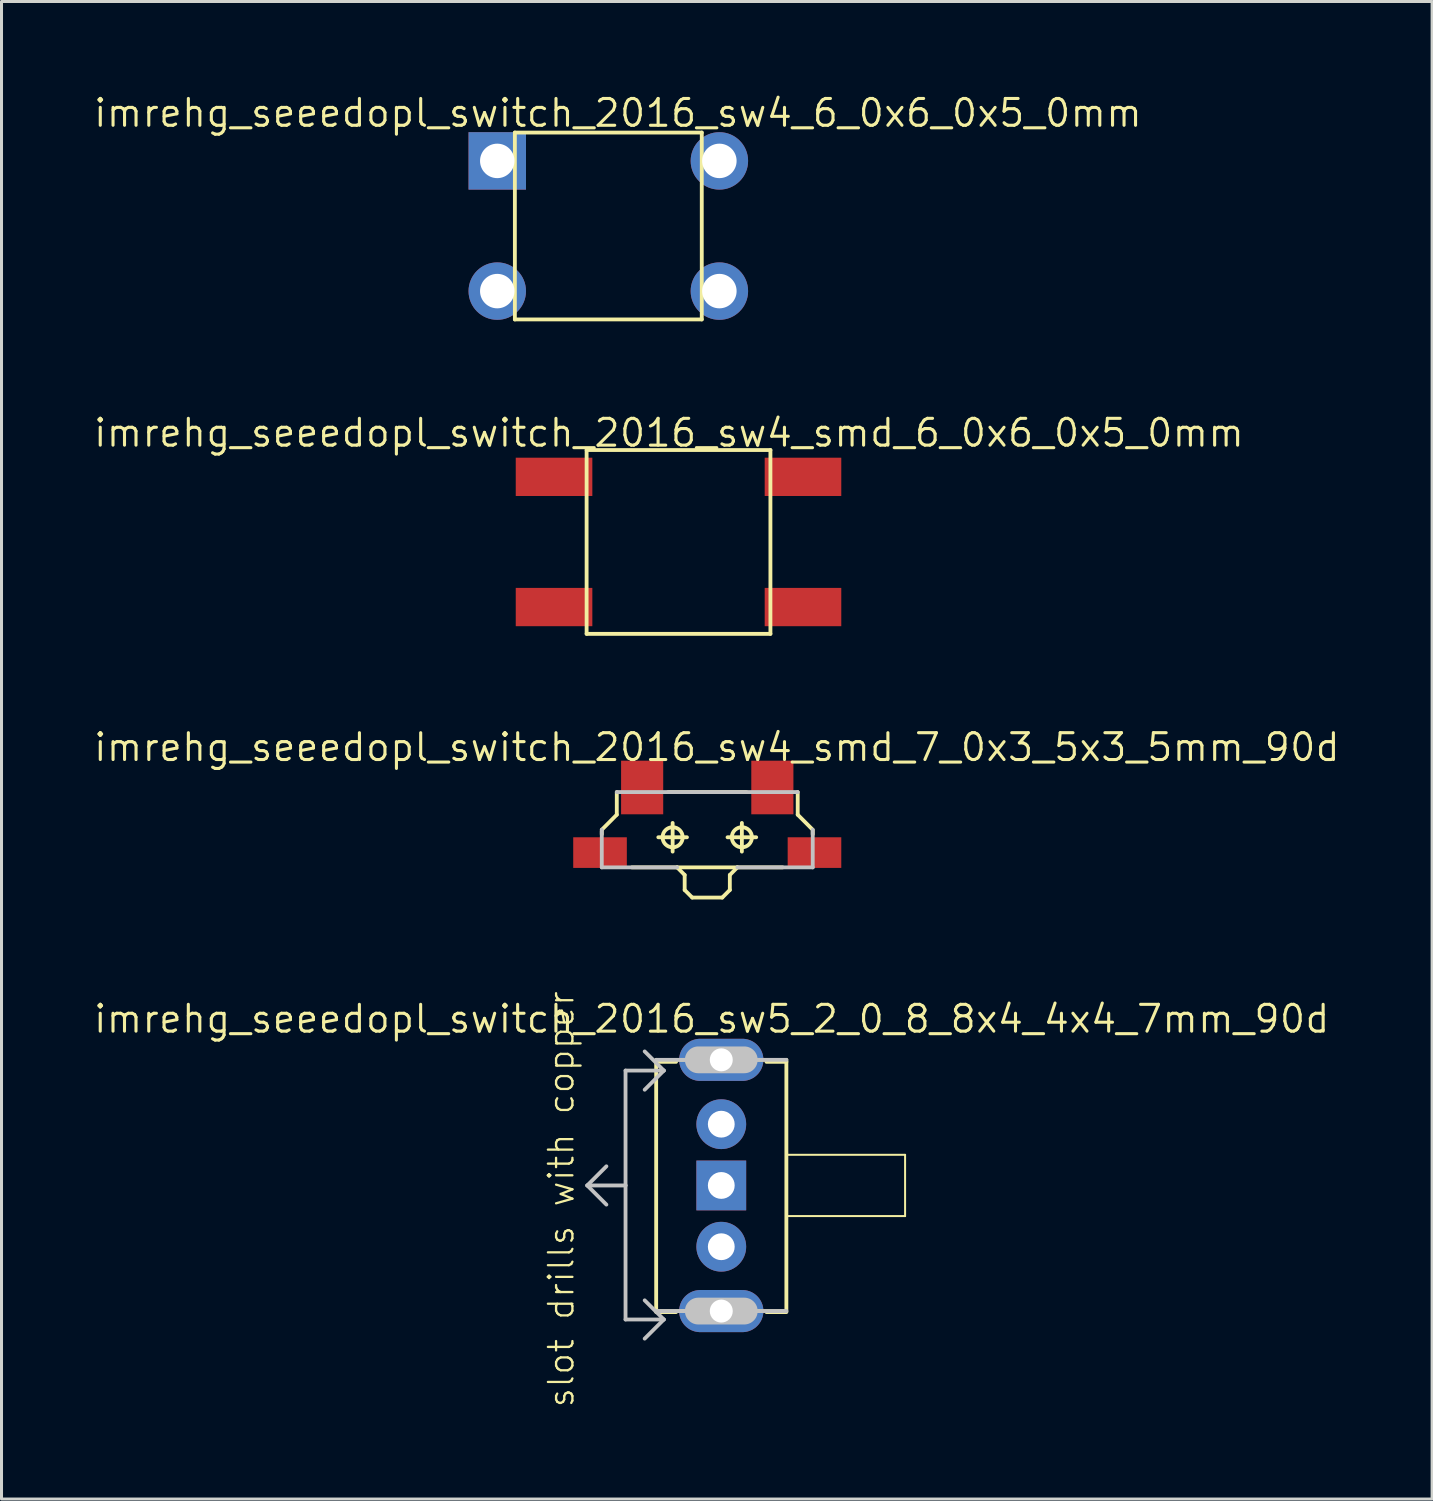
<source format=kicad_pcb>
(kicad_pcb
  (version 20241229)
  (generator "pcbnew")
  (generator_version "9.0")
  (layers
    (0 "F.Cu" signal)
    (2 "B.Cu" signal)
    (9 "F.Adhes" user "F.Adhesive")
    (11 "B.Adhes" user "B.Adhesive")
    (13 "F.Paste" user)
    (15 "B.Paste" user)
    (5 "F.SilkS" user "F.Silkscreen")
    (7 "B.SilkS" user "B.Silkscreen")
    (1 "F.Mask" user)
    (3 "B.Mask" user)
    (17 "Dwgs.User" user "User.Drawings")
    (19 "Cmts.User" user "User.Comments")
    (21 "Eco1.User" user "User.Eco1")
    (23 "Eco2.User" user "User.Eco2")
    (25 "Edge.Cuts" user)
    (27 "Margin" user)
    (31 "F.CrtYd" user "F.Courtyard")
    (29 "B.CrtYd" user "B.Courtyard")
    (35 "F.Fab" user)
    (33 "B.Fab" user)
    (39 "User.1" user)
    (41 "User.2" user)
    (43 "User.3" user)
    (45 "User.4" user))
  (footprint "imrehg_seeedopl_switch_2016_sw4_smd_7_0x3_5x3_5mm_90d"
    (layer "F.Cu")
    (at 20.405 24.717)
    (property "Reference" "imrehg_seeedopl_switch_2016_sw4_smd_7_0x3_5x3_5mm_90d" (at 0.318 -2.985 0) (layer "F.SilkS") (effects (font (size 0.889 0.889) (thickness 0.102))))
    (attr smd)
    (fp_line (start -3.498 -0.249) (end -3 -0.749) (stroke (width 0.127) (type solid)) (layer "F.SilkS"))
    (fp_line (start -3.498 -0.198) (end -3.498 -0.099) (stroke (width 0.127) (type solid)) (layer "F.SilkS"))
    (fp_line (start -3 -0.749) (end -3 -1.499) (stroke (width 0.127) (type solid)) (layer "F.SilkS"))
    (fp_line (start -1.623 0) (end -0.673 0) (stroke (width 0.127) (type solid)) (layer "F.SilkS"))
    (fp_line (start -1.298 -1.499) (end 1.298 -1.499) (stroke (width 0.127) (type solid)) (layer "F.SilkS"))
    (fp_line (start -1.148 0.475) (end -1.148 -0.475) (stroke (width 0.127) (type solid)) (layer "F.SilkS"))
    (fp_line (start -0.998 0.998) (end -2.499 0.998) (stroke (width 0.127) (type solid)) (layer "F.SilkS"))
    (fp_line (start -0.998 0.998) (end -0.749 1.25) (stroke (width 0.127) (type solid)) (layer "F.SilkS"))
    (fp_line (start -0.749 1.25) (end -0.749 1.748) (stroke (width 0.127) (type solid)) (layer "F.SilkS"))
    (fp_line (start -0.749 1.748) (end -0.498 1.999) (stroke (width 0.127) (type solid)) (layer "F.SilkS"))
    (fp_line (start -0.498 1.999) (end 0.498 1.999) (stroke (width 0.127) (type solid)) (layer "F.SilkS"))
    (fp_line (start 0.498 1.999) (end 0.749 1.748) (stroke (width 0.127) (type solid)) (layer "F.SilkS"))
    (fp_line (start 0.673 0) (end 1.623 0) (stroke (width 0.127) (type solid)) (layer "F.SilkS"))
    (fp_line (start 0.749 1.25) (end 0.998 0.998) (stroke (width 0.127) (type solid)) (layer "F.SilkS"))
    (fp_line (start 0.749 1.748) (end 0.749 1.25) (stroke (width 0.127) (type solid)) (layer "F.SilkS"))
    (fp_line (start 0.998 0.998) (end -0.998 0.998) (stroke (width 0.127) (type solid)) (layer "F.SilkS"))
    (fp_line (start 0.998 0.998) (end 2.499 0.998) (stroke (width 0.127) (type solid)) (layer "F.SilkS"))
    (fp_line (start 1.148 0.475) (end 1.148 -0.475) (stroke (width 0.127) (type solid)) (layer "F.SilkS"))
    (fp_line (start 3 -1.499) (end 3 -0.749) (stroke (width 0.127) (type solid)) (layer "F.SilkS"))
    (fp_line (start 3 -0.749) (end 3.498 -0.249) (stroke (width 0.127) (type solid)) (layer "F.SilkS"))
    (fp_line (start 3.498 -0.198) (end 3.498 -0.099) (stroke (width 0.127) (type solid)) (layer "F.SilkS"))
    (fp_circle (center -1.148 0) (end -1.384 0.236) (stroke (width 0.127) (type solid)) (fill no) (layer "F.SilkS"))
    (fp_circle (center 1.148 0) (end 1.384 0.236) (stroke (width 0.127) (type solid)) (fill no) (layer "F.SilkS"))
    (fp_line (start -3.498 0.998) (end -3.498 -0.249) (stroke (width 0.127) (type solid)) (layer "Dwgs.User"))
    (fp_line (start -3.498 0.998) (end -0.998 0.998) (stroke (width 0.127) (type solid)) (layer "Dwgs.User"))
    (fp_line (start -3 -1.499) (end 3 -1.499) (stroke (width 0.127) (type solid)) (layer "Dwgs.User"))
    (fp_line (start 3.498 -0.249) (end 3.498 0.998) (stroke (width 0.127) (type solid)) (layer "Dwgs.User"))
    (fp_line (start 3.498 0.998) (end 0.998 0.998) (stroke (width 0.127) (type solid)) (layer "Dwgs.User"))
    (pad "1" smd rect (at -2.159 -1.651 90) (size 1.778 1.397) (layers "F.Cu" "F.Mask" "F.Paste"))
    (pad "2" smd rect (at 2.159 -1.651 90) (size 1.778 1.397) (layers "F.Cu" "F.Mask" "F.Paste"))
    (pad "S1" smd rect (at -3.556 0.508) (size 1.778 1.016) (layers "F.Cu" "F.Mask" "F.Paste"))
    (pad "S2" smd rect (at 3.556 0.508) (size 1.778 1.016) (layers "F.Cu" "F.Mask" "F.Paste")))
  (footprint "imrehg_seeedopl_switch_2016_sw5_2_0_8_8x4_4x4_7mm_90d"
    (layer "F.Cu")
    (at 20.87 36.264)
    (property "Reference" "imrehg_seeedopl_switch_2016_sw5_2_0_8_8x4_4x4_7mm_90d" (at -0.318 -5.524 0) (layer "F.SilkS") (effects (font (size 0.889 0.889) (thickness 0.102))))
    (attr exclude_from_pos_files exclude_from_bom)
    (fp_line (start -2.159 -4.14) (end 2.159 -4.14) (stroke (width 0.066) (type solid)) (layer "F.SilkS"))
    (fp_line (start -2.159 -4.1) (end -1.499 -4.1) (stroke (width 0.127) (type solid)) (layer "F.SilkS"))
    (fp_line (start -2.159 4.14) (end -2.159 -4.14) (stroke (width 0.066) (type solid)) (layer "F.SilkS"))
    (fp_line (start -2.159 4.14) (end 2.159 4.14) (stroke (width 0.066) (type solid)) (layer "F.SilkS"))
    (fp_line (start -2.159 4.166) (end -2.159 -4.166) (stroke (width 0.127) (type solid)) (layer "F.SilkS"))
    (fp_line (start -2.159 4.199) (end -1.499 4.199) (stroke (width 0.127) (type solid)) (layer "F.SilkS"))
    (fp_line (start 2.159 -4.166) (end 2.159 4.166) (stroke (width 0.127) (type solid)) (layer "F.SilkS"))
    (fp_line (start 2.159 -4.1) (end 1.499 -4.1) (stroke (width 0.127) (type solid)) (layer "F.SilkS"))
    (fp_line (start 2.159 -1.016) (end 6.096 -1.016) (stroke (width 0.066) (type solid)) (layer "F.SilkS"))
    (fp_line (start 2.159 1.016) (end 2.159 -1.016) (stroke (width 0.066) (type solid)) (layer "F.SilkS"))
    (fp_line (start 2.159 1.016) (end 6.096 1.016) (stroke (width 0.066) (type solid)) (layer "F.SilkS"))
    (fp_line (start 2.159 4.14) (end 2.159 -4.14) (stroke (width 0.066) (type solid)) (layer "F.SilkS"))
    (fp_line (start 2.159 4.199) (end 1.499 4.199) (stroke (width 0.127) (type solid)) (layer "F.SilkS"))
    (fp_line (start 6.096 1.016) (end 6.096 -1.016) (stroke (width 0.066) (type solid)) (layer "F.SilkS"))
    (fp_line (start -4.445 0) (end -3.81 -0.635) (stroke (width 0.127) (type solid)) (layer "Dwgs.User"))
    (fp_line (start -4.445 0) (end -3.81 0.635) (stroke (width 0.127) (type solid)) (layer "Dwgs.User"))
    (fp_line (start -3.175 -3.81) (end -3.175 0) (stroke (width 0.127) (type solid)) (layer "Dwgs.User"))
    (fp_line (start -3.175 0) (end -4.445 0) (stroke (width 0.127) (type solid)) (layer "Dwgs.User"))
    (fp_line (start -3.175 0) (end -3.175 4.445) (stroke (width 0.127) (type solid)) (layer "Dwgs.User"))
    (fp_line (start -3.175 4.445) (end -1.905 4.445) (stroke (width 0.127) (type solid)) (layer "Dwgs.User"))
    (fp_line (start -2.159 -4.166) (end 2.159 -4.166) (stroke (width 0.127) (type solid)) (layer "Dwgs.User"))
    (fp_line (start -1.905 -3.81) (end -3.175 -3.81) (stroke (width 0.127) (type solid)) (layer "Dwgs.User"))
    (fp_line (start -1.905 -3.81) (end -2.54 -4.445) (stroke (width 0.127) (type solid)) (layer "Dwgs.User"))
    (fp_line (start -1.905 -3.81) (end -2.54 -3.175) (stroke (width 0.127) (type solid)) (layer "Dwgs.User"))
    (fp_line (start -1.905 4.445) (end -2.54 3.81) (stroke (width 0.127) (type solid)) (layer "Dwgs.User"))
    (fp_line (start -1.905 4.445) (end -2.54 5.08) (stroke (width 0.127) (type solid)) (layer "Dwgs.User"))
    (fp_line (start -0.762 -4.166) (end 0.762 -4.166) (stroke (width 0.889) (type solid)) (layer "Dwgs.User"))
    (fp_line (start -0.762 4.166) (end 0.762 4.166) (stroke (width 0.889) (type solid)) (layer "Dwgs.User"))
    (fp_line (start 2.159 4.166) (end -2.159 4.166) (stroke (width 0.127) (type solid)) (layer "Dwgs.User"))
    (fp_text user "slot drills with copper" (at -5.309 0.457 270) (layer "F.SilkS") (effects (font (size 0.813 0.813) (thickness 0.076))))
    (pad "A" thru_hole circle (at 0 -2.032) (size 1.651 1.651) (drill 0.889) (layers "*.Cu" "*.Paste" "*.Mask"))
    (pad "B" thru_hole circle (at 0 2.032) (size 1.651 1.651) (drill 0.889) (layers "*.Cu" "*.Paste" "*.Mask"))
    (pad "COM" thru_hole rect (at 0 0) (size 1.651 1.651) (drill 0.889) (layers "*.Cu" "*.Paste" "*.Mask"))
    (pad "NC1" thru_hole oval (at 0 -4.166 90) (size 1.397 2.794) (drill 0.762) (layers "*.Cu" "*.Paste" "*.Mask"))
    (pad "NC2" thru_hole oval (at 0 4.166 90) (size 1.397 2.794) (drill 0.762) (layers "*.Cu" "*.Paste" "*.Mask")))
  (footprint "imrehg_seeedopl_switch_2016_sw4_6_0x6_0x5_0mm"
    (layer "F.Cu")
    (at 17.124 4.445)
    (property "Reference" "imrehg_seeedopl_switch_2016_sw4_6_0x6_0x5_0mm" (at 0.318 -3.747 0) (layer "F.SilkS") (effects (font (size 0.889 0.889) (thickness 0.102))))
    (attr exclude_from_pos_files exclude_from_bom)
    (fp_line (start -3.099 -3.099) (end 3.099 -3.099) (stroke (width 0.066) (type solid)) (layer "F.SilkS"))
    (fp_line (start -3.099 -3.099) (end 3.099 -3.099) (stroke (width 0.127) (type solid)) (layer "F.SilkS"))
    (fp_line (start -3.099 3.099) (end -3.099 -3.099) (stroke (width 0.066) (type solid)) (layer "F.SilkS"))
    (fp_line (start -3.099 3.099) (end -3.099 -3.099) (stroke (width 0.127) (type solid)) (layer "F.SilkS"))
    (fp_line (start -3.099 3.099) (end 3.099 3.099) (stroke (width 0.066) (type solid)) (layer "F.SilkS"))
    (fp_line (start 3.099 -3.099) (end 3.099 3.099) (stroke (width 0.127) (type solid)) (layer "F.SilkS"))
    (fp_line (start 3.099 3.099) (end -3.099 3.099) (stroke (width 0.127) (type solid)) (layer "F.SilkS"))
    (fp_line (start 3.099 3.099) (end 3.099 -3.099) (stroke (width 0.066) (type solid)) (layer "F.SilkS"))
    (pad "1" thru_hole rect (at -3.683 -2.159) (size 1.905 1.905) (drill 1.143) (layers "*.Cu" "*.Paste" "*.Mask"))
    (pad "2" thru_hole circle (at -3.683 2.159) (size 1.905 1.905) (drill 1.143) (layers "*.Cu" "*.Paste" "*.Mask"))
    (pad "3" thru_hole circle (at 3.683 2.159) (size 1.905 1.905) (drill 1.143) (layers "*.Cu" "*.Paste" "*.Mask"))
    (pad "4" thru_hole circle (at 3.683 -2.159) (size 1.905 1.905) (drill 1.143) (layers "*.Cu" "*.Paste" "*.Mask")))
  (footprint "imrehg_seeedopl_switch_2016_sw4_smd_6_0x6_0x5_0mm"
    (layer "F.Cu")
    (at 19.452 14.923)
    (property "Reference" "imrehg_seeedopl_switch_2016_sw4_smd_6_0x6_0x5_0mm" (at -0.318 -3.617 0) (layer "F.SilkS") (effects (font (size 0.889 0.889) (thickness 0.102))))
    (attr smd)
    (fp_line (start -3.048 -3.048) (end 3.048 -3.048) (stroke (width 0.066) (type solid)) (layer "F.SilkS"))
    (fp_line (start -3.048 -3.048) (end 3.048 -3.048) (stroke (width 0.127) (type solid)) (layer "F.SilkS"))
    (fp_line (start -3.048 3.048) (end -3.048 -3.048) (stroke (width 0.066) (type solid)) (layer "F.SilkS"))
    (fp_line (start -3.048 3.048) (end -3.048 -3.048) (stroke (width 0.127) (type solid)) (layer "F.SilkS"))
    (fp_line (start -3.048 3.048) (end 3.048 3.048) (stroke (width 0.066) (type solid)) (layer "F.SilkS"))
    (fp_line (start 3.048 -3.048) (end 3.048 3.048) (stroke (width 0.127) (type solid)) (layer "F.SilkS"))
    (fp_line (start 3.048 3.048) (end -3.048 3.048) (stroke (width 0.127) (type solid)) (layer "F.SilkS"))
    (fp_line (start 3.048 3.048) (end 3.048 -3.048) (stroke (width 0.066) (type solid)) (layer "F.SilkS"))
    (pad "1" smd rect (at -4.128 -2.159) (size 2.54 1.27) (layers "F.Cu" "F.Mask" "F.Paste"))
    (pad "2" smd rect (at -4.128 2.159) (size 2.54 1.27) (layers "F.Cu" "F.Mask" "F.Paste"))
    (pad "3" smd rect (at 4.128 2.159) (size 2.54 1.27) (layers "F.Cu" "F.Mask" "F.Paste"))
    (pad "4" smd rect (at 4.128 -2.159) (size 2.54 1.27) (layers "F.Cu" "F.Mask" "F.Paste")))
  (gr_rect
    (start -3 -3)
    (end 44.444 46.663)
    (stroke (width 0.1) (type default))
    (fill no)
    (layer "Edge.Cuts")))
</source>
